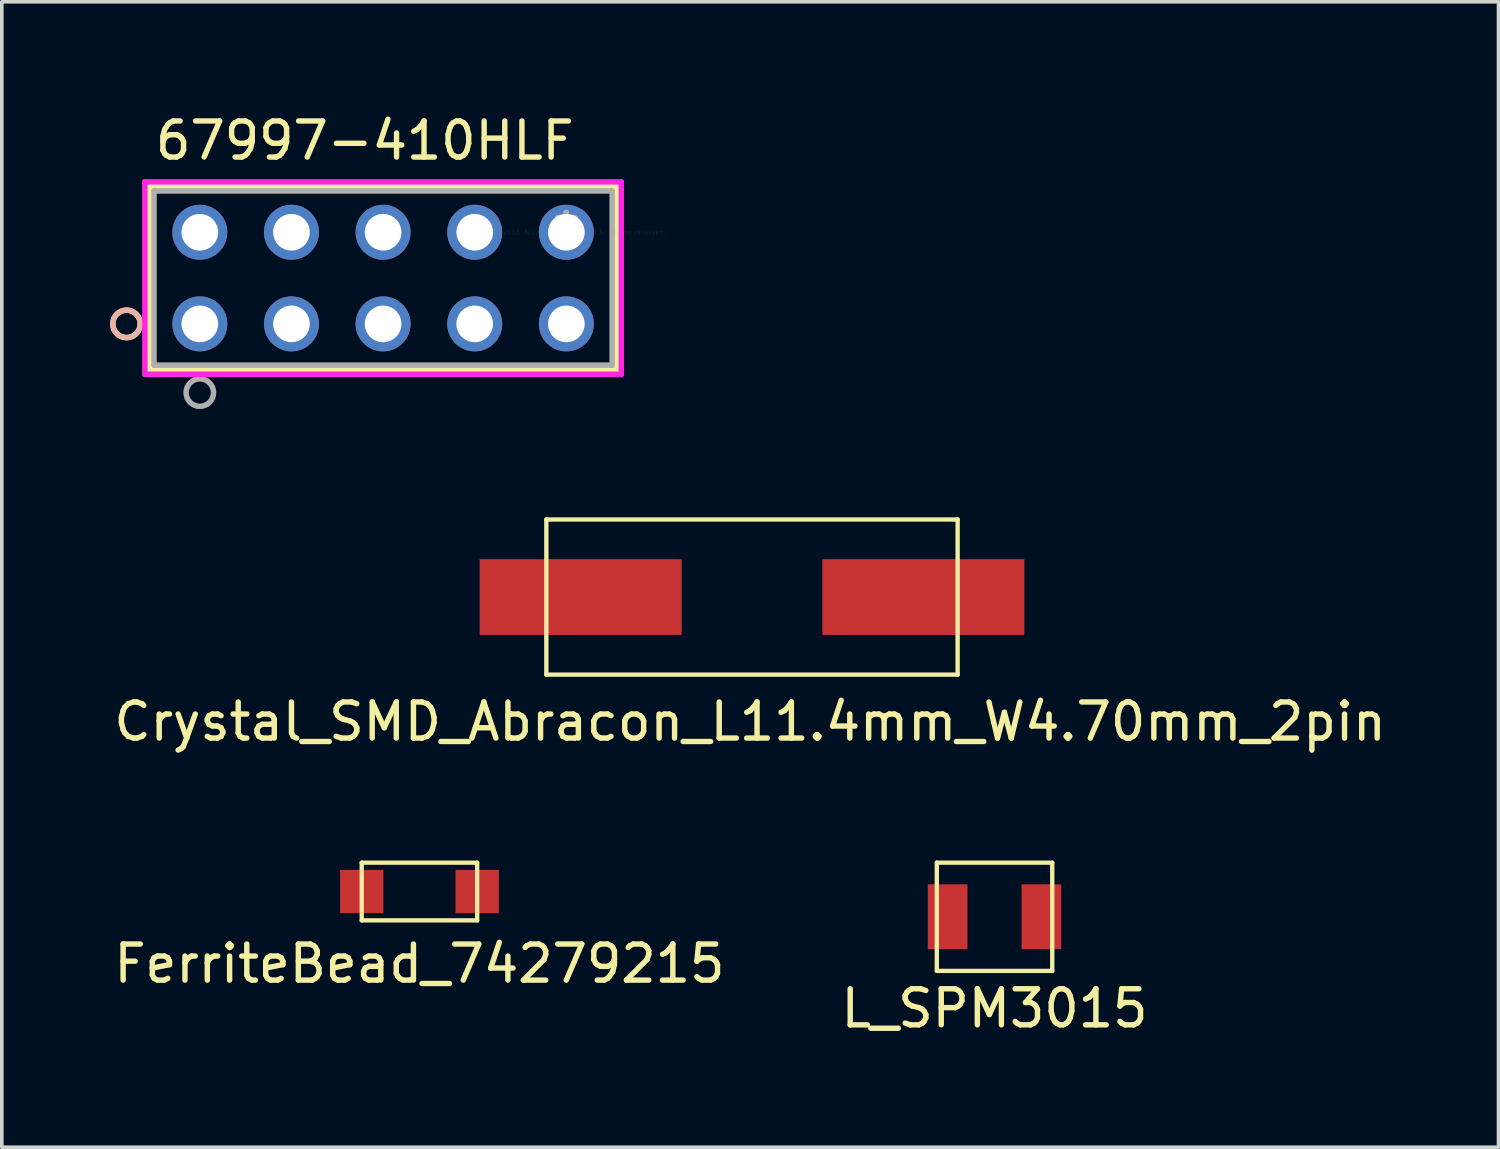
<source format=kicad_pcb>
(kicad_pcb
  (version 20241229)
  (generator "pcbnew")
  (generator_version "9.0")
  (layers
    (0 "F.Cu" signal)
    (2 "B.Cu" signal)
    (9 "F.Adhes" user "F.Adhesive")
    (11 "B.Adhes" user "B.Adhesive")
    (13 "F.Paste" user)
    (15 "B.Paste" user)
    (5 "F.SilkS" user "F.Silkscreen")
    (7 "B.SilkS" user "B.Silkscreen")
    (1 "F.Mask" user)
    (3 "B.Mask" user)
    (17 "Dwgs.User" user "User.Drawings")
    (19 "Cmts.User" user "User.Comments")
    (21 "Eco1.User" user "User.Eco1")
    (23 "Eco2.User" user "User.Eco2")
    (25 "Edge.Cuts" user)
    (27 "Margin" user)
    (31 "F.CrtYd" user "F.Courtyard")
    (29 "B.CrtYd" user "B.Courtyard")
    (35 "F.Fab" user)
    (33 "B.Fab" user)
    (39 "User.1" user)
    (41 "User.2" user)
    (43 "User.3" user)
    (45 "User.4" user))
  (footprint "67997-410HLF"
    (layer "F.Cu")
    (at 12.649 3.388)
    (property "Reference" "67997-410HLF" (at -5.588 -2.54 0) (layer "F.SilkS") (effects (font (size 1 1) (thickness 0.15))))
    (attr through_hole)
    (fp_line (start -11.557 -1.27) (end -11.557 3.81) (stroke (width 0.152) (type solid)) (layer "F.SilkS"))
    (fp_line (start -11.557 3.81) (end 1.397 3.81) (stroke (width 0.152) (type solid)) (layer "F.SilkS"))
    (fp_line (start 1.397 -1.27) (end -11.557 -1.27) (stroke (width 0.152) (type solid)) (layer "F.SilkS"))
    (fp_line (start 1.397 3.81) (end 1.397 -1.27) (stroke (width 0.152) (type solid)) (layer "F.SilkS"))
    (fp_circle (center -12.192 2.54) (end -11.811 2.54) (stroke (width 0.152) (type solid)) (fill no) (layer "F.SilkS"))
    (fp_circle (center -12.192 2.54) (end -11.811 2.54) (stroke (width 0.152) (type solid)) (fill no) (layer "B.SilkS"))
    (fp_line (start -11.684 -1.397) (end -11.684 3.937) (stroke (width 0.152) (type solid)) (layer "F.CrtYd"))
    (fp_line (start -11.684 3.937) (end 1.524 3.937) (stroke (width 0.152) (type solid)) (layer "F.CrtYd"))
    (fp_line (start 1.524 -1.397) (end -11.684 -1.397) (stroke (width 0.152) (type solid)) (layer "F.CrtYd"))
    (fp_line (start 1.524 3.937) (end 1.524 -1.397) (stroke (width 0.152) (type solid)) (layer "F.CrtYd"))
    (fp_line (start -11.43 -1.143) (end -11.43 3.683) (stroke (width 0.152) (type solid)) (layer "F.Fab"))
    (fp_line (start -11.43 3.683) (end 1.27 3.683) (stroke (width 0.152) (type solid)) (layer "F.Fab"))
    (fp_line (start 1.27 -1.143) (end -11.43 -1.143) (stroke (width 0.152) (type solid)) (layer "F.Fab"))
    (fp_line (start 1.27 3.683) (end 1.27 -1.143) (stroke (width 0.152) (type solid)) (layer "F.Fab"))
    (fp_circle (center -10.16 4.445) (end -9.779 4.445) (stroke (width 0.152) (type solid)) (fill no) (layer "F.Fab"))
    (fp_text user "*" (at 0 0 0) (layer "F.SilkS") (effects (font (size 1 1) (thickness 0.15))))
    (fp_text user "Copyright 2016 Accelerated Designs. All rights reserved." (at 0 0 0) (layer "Cmts.User") (effects (font (size 0.127 0.127) (thickness 0.002))))
    (fp_text user "*" (at 0 0 0) (layer "F.Fab") (effects (font (size 1 1) (thickness 0.15))))
    (pad "1" thru_hole circle (at -10.16 2.54) (size 1.524 1.524) (drill 1.016) (layers "*.Cu" "*.Mask"))
    (pad "2" thru_hole circle (at -7.62 2.54) (size 1.524 1.524) (drill 1.016) (layers "*.Cu" "*.Mask"))
    (pad "3" thru_hole circle (at -5.08 2.54) (size 1.524 1.524) (drill 1.016) (layers "*.Cu" "*.Mask"))
    (pad "4" thru_hole circle (at -2.54 2.54) (size 1.524 1.524) (drill 1.016) (layers "*.Cu" "*.Mask"))
    (pad "5" thru_hole circle (at 0 2.54) (size 1.524 1.524) (drill 1.016) (layers "*.Cu" "*.Mask"))
    (pad "6" thru_hole circle (at -10.16 0) (size 1.524 1.524) (drill 1.016) (layers "*.Cu" "*.Mask"))
    (pad "7" thru_hole circle (at -7.62 0) (size 1.524 1.524) (drill 1.016) (layers "*.Cu" "*.Mask"))
    (pad "8" thru_hole circle (at -5.08 0) (size 1.524 1.524) (drill 1.016) (layers "*.Cu" "*.Mask"))
    (pad "9" thru_hole circle (at -2.54 0) (size 1.524 1.524) (drill 1.016) (layers "*.Cu" "*.Mask"))
    (pad "10" thru_hole circle (at 0 0) (size 1.524 1.524) (drill 1.016) (layers "*.Cu" "*.Mask")))
  (footprint "Crystal_SMD_Abracon_L11.4mm_W4.70mm_2pin"
    (layer "F.Cu")
    (at 17.795 13.5)
    (property "Reference" "Crystal_SMD_Abracon_L11.4mm_W4.70mm_2pin" (at -0.051 3.454 0) (layer "F.SilkS") (effects (font (size 1 1) (thickness 0.15))))
    (attr through_hole)
    (fp_line (start -5.7 -2.15) (end 5.7 -2.15) (stroke (width 0.12) (type solid)) (layer "F.SilkS"))
    (fp_line (start -5.7 2.15) (end -5.7 -2.15) (stroke (width 0.12) (type solid)) (layer "F.SilkS"))
    (fp_line (start -5.7 2.15) (end 5.7 2.15) (stroke (width 0.12) (type solid)) (layer "F.SilkS"))
    (fp_line (start 5.7 2.15) (end 5.7 -2.15) (stroke (width 0.12) (type solid)) (layer "F.SilkS"))
    (pad "1" smd rect (at -4.75 0) (size 5.6 2.1) (layers "F.Cu" "F.Mask" "F.Paste"))
    (pad "2" smd rect (at 4.75 0) (size 5.6 2.1) (layers "F.Cu" "F.Mask" "F.Paste")))
  (footprint "L_SPM3015"
    (layer "F.Cu")
    (at 24.518 22.363)
    (property "Reference" "L_SPM3015" (at 0 2.54 0) (layer "F.SilkS") (effects (font (size 1 1) (thickness 0.15))))
    (attr through_hole)
    (fp_line (start -1.6 -1.5) (end -1.6 1.5) (stroke (width 0.12) (type solid)) (layer "F.SilkS"))
    (fp_line (start -1.6 -1.5) (end 1.6 -1.5) (stroke (width 0.12) (type solid)) (layer "F.SilkS"))
    (fp_line (start -1.6 1.5) (end 1.6 1.5) (stroke (width 0.12) (type solid)) (layer "F.SilkS"))
    (fp_line (start 1.6 1.5) (end 1.6 -1.5) (stroke (width 0.12) (type solid)) (layer "F.SilkS"))
    (pad "1" smd rect (at -1.3 0) (size 1.1 1.8) (layers "F.Cu" "F.Mask" "F.Paste"))
    (pad "2" smd rect (at 1.3 0) (size 1.1 1.8) (layers "F.Cu" "F.Mask" "F.Paste")))
  (footprint "FerriteBead_74279215"
    (layer "F.Cu")
    (at 8.577 21.663)
    (property "Reference" "FerriteBead_74279215" (at 0 2 0) (layer "F.SilkS") (effects (font (size 1 1) (thickness 0.15))))
    (attr through_hole)
    (fp_line (start -1.6 -0.8) (end -1.6 0.8) (stroke (width 0.12) (type solid)) (layer "F.SilkS"))
    (fp_line (start -1.6 -0.8) (end 1.6 -0.8) (stroke (width 0.12) (type solid)) (layer "F.SilkS"))
    (fp_line (start -1.6 0.8) (end 1.6 0.8) (stroke (width 0.12) (type solid)) (layer "F.SilkS"))
    (fp_line (start 1.6 -0.8) (end 1.6 0.8) (stroke (width 0.12) (type solid)) (layer "F.SilkS"))
    (pad "1" smd rect (at -1.6 0) (size 1.2 1.2) (layers "F.Cu" "F.Mask" "F.Paste"))
    (pad "2" smd rect (at 1.6 0) (size 1.2 1.2) (layers "F.Cu" "F.Mask" "F.Paste")))
  (gr_rect
    (start -3 -3)
    (end 38.488 28.751)
    (stroke (width 0.1) (type default))
    (fill no)
    (layer "Edge.Cuts")))
</source>
